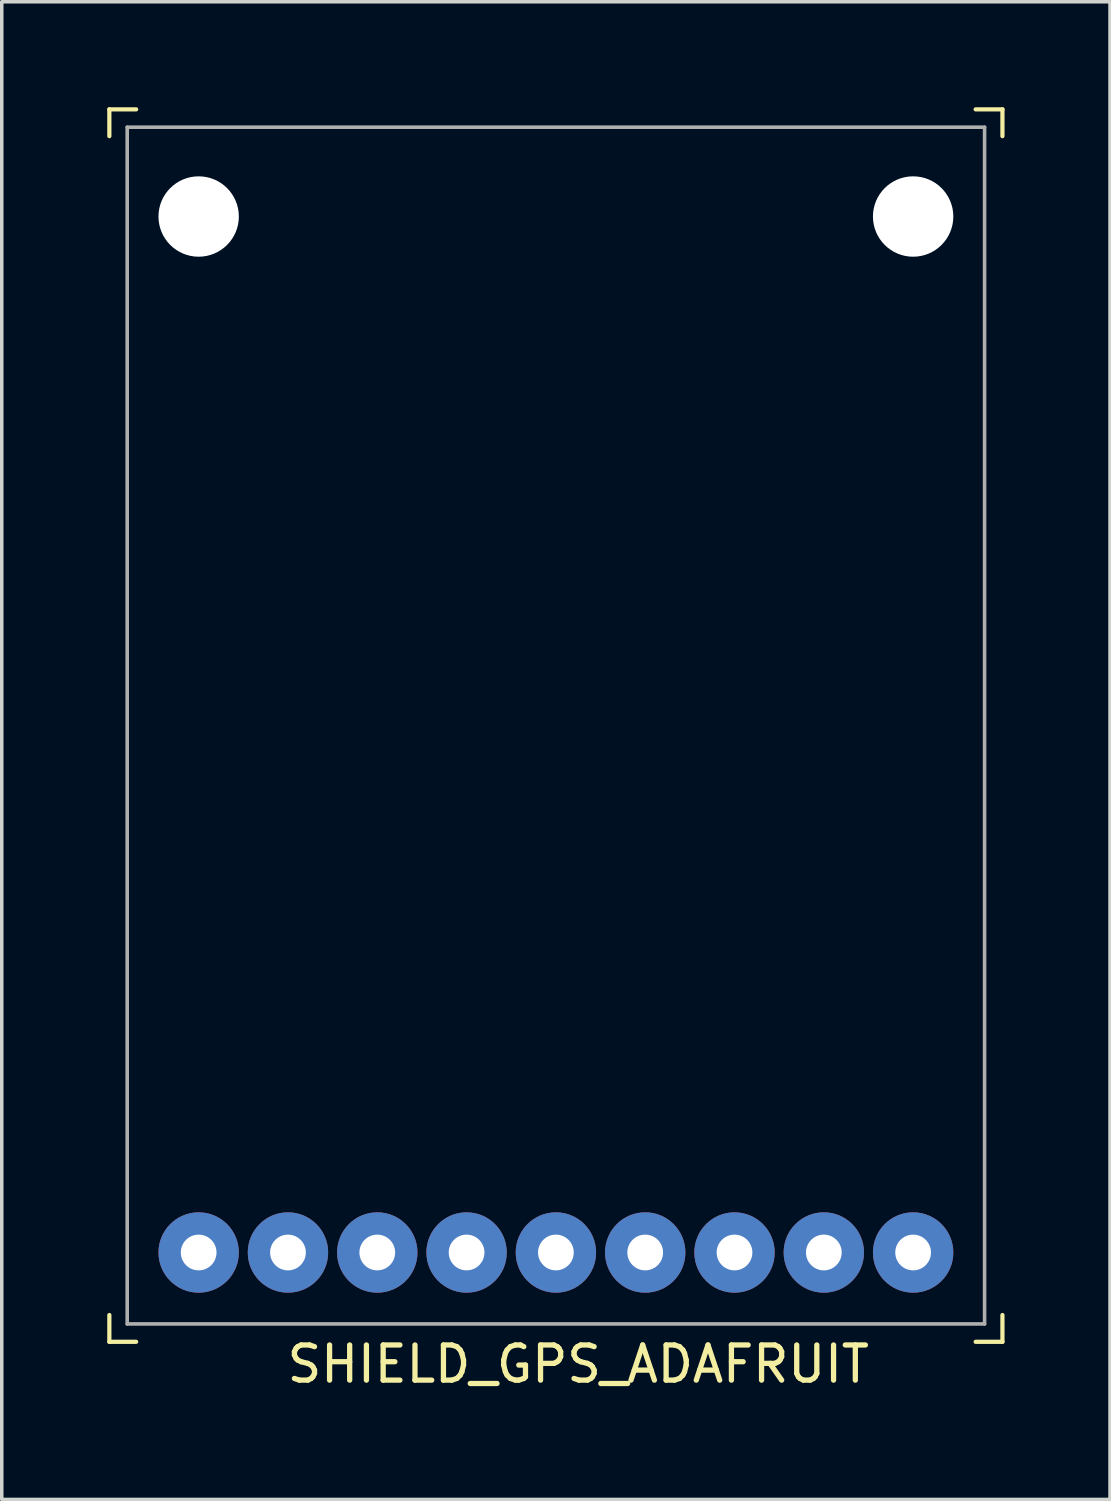
<source format=kicad_pcb>
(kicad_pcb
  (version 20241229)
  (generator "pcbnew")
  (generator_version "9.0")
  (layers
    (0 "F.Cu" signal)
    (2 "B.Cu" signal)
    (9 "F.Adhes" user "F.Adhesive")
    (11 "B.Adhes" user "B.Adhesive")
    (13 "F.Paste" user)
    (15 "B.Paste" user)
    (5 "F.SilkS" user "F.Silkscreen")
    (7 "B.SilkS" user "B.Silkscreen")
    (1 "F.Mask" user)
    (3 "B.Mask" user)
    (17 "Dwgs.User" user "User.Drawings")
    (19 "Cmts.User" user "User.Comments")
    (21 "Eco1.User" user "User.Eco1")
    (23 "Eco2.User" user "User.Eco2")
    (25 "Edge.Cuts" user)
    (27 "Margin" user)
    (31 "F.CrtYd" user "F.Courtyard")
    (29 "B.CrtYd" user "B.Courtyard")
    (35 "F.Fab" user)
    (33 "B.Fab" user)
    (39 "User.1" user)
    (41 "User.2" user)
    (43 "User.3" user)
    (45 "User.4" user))
  (footprint "SHIELD_GPS_ADAFRUIT"
    (layer "F.Cu")
    (at 12.76 32.572)
    (property "Reference" "SHIELD_GPS_ADAFRUIT" (at 0.635 3.175 0) (layer "F.SilkS") (effects (font (size 1 1) (thickness 0.15))))
    (attr through_hole)
    (fp_line (start -12.7 -32.512) (end -12.7 -31.75) (stroke (width 0.12) (type solid)) (layer "F.SilkS"))
    (fp_line (start -12.7 1.778) (end -12.7 2.54) (stroke (width 0.12) (type solid)) (layer "F.SilkS"))
    (fp_line (start -12.7 2.54) (end -11.938 2.54) (stroke (width 0.12) (type solid)) (layer "F.SilkS"))
    (fp_line (start -11.938 -32.512) (end -12.7 -32.512) (stroke (width 0.12) (type solid)) (layer "F.SilkS"))
    (fp_line (start 11.938 -32.512) (end 12.7 -32.512) (stroke (width 0.12) (type solid)) (layer "F.SilkS"))
    (fp_line (start 11.938 2.54) (end 12.7 2.54) (stroke (width 0.12) (type solid)) (layer "F.SilkS"))
    (fp_line (start 12.7 -32.512) (end 12.7 -31.75) (stroke (width 0.12) (type solid)) (layer "F.SilkS"))
    (fp_line (start 12.7 2.54) (end 12.7 1.778) (stroke (width 0.12) (type solid)) (layer "F.SilkS"))
    (fp_line (start -12.192 -32.004) (end 12.192 -32.004) (stroke (width 0.102) (type solid)) (layer "F.Fab"))
    (fp_line (start -12.192 2.032) (end -12.192 -32.004) (stroke (width 0.102) (type solid)) (layer "F.Fab"))
    (fp_line (start -12.192 2.032) (end 12.192 2.032) (stroke (width 0.102) (type solid)) (layer "F.Fab"))
    (fp_line (start 12.192 2.032) (end 12.192 -32.004) (stroke (width 0.102) (type solid)) (layer "F.Fab"))
    (pad "" np_thru_hole circle (at -10.16 -29.464) (size 2.286 2.286) (drill 2.286) (layers "*.Cu" "*.Mask"))
    (pad "" np_thru_hole circle (at 10.16 -29.464) (size 2.286 2.286) (drill 2.286) (layers "*.Cu" "*.Mask"))
    (pad "1" thru_hole circle (at -10.16 0) (size 2.286 2.286) (drill 1.016) (layers "*.Cu" "*.Mask"))
    (pad "2" thru_hole circle (at -7.62 0) (size 2.286 2.286) (drill 1.016) (layers "*.Cu" "*.Mask"))
    (pad "3" thru_hole circle (at -5.08 0) (size 2.286 2.286) (drill 1.016) (layers "*.Cu" "*.Mask"))
    (pad "4" thru_hole circle (at -2.54 0) (size 2.286 2.286) (drill 1.016) (layers "*.Cu" "*.Mask"))
    (pad "5" thru_hole circle (at 0 0) (size 2.286 2.286) (drill 1.016) (layers "*.Cu" "*.Mask"))
    (pad "6" thru_hole circle (at 2.54 0) (size 2.286 2.286) (drill 1.016) (layers "*.Cu" "*.Mask"))
    (pad "7" thru_hole circle (at 5.08 0) (size 2.286 2.286) (drill 1.016) (layers "*.Cu" "*.Mask"))
    (pad "8" thru_hole circle (at 7.62 0) (size 2.286 2.286) (drill 1.016) (layers "*.Cu" "*.Mask"))
    (pad "9" thru_hole circle (at 10.16 0) (size 2.286 2.286) (drill 1.016) (layers "*.Cu" "*.Mask")))
  (gr_rect
    (start -3 -3)
    (end 28.52 39.595)
    (stroke (width 0.1) (type default))
    (fill no)
    (layer "Edge.Cuts")))
</source>
